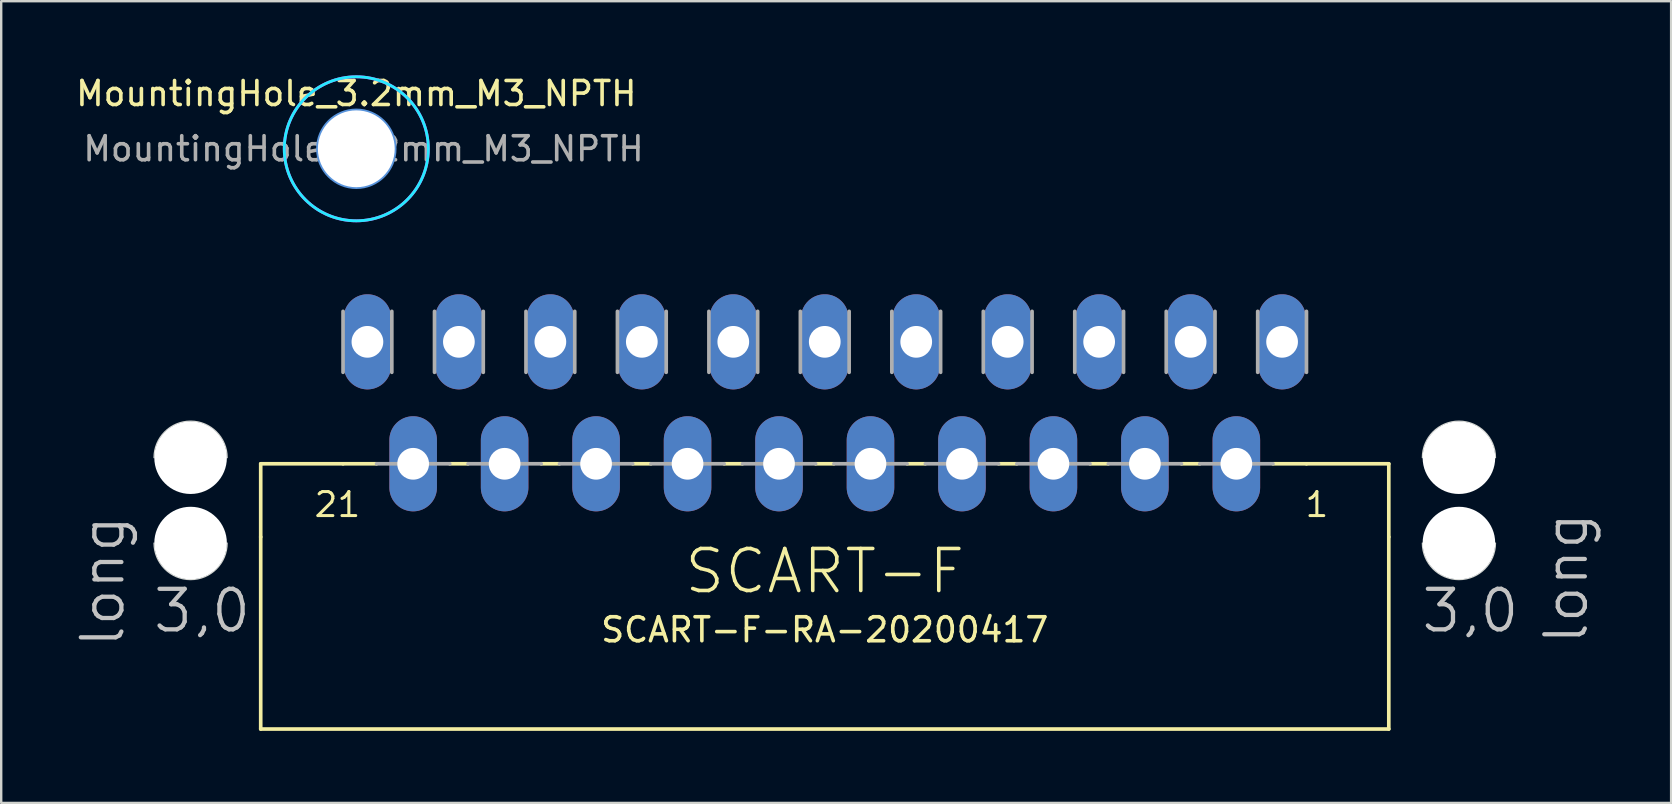
<source format=kicad_pcb>
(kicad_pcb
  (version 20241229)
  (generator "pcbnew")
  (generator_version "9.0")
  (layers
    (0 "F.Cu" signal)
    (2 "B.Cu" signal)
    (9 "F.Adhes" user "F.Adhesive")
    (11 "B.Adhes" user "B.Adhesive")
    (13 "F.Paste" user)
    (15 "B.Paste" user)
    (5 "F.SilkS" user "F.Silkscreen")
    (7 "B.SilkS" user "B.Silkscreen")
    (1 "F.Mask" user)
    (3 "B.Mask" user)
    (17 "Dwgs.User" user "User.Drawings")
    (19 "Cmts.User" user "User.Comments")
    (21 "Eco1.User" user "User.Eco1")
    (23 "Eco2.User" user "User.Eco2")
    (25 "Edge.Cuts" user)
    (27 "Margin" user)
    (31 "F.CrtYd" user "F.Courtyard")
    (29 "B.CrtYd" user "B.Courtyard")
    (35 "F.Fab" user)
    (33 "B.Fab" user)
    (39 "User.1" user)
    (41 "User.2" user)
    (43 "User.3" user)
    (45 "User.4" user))
  (footprint "MountingHole_3.2mm_M3_NPTH"
    (layer "F.Cu")
    (at 11.792 3.148)
    (property "Reference" "MountingHole_3.2mm_M3_NPTH" (at 0 -2.3 0) (layer "F.SilkS") (effects (font (size 1 1) (thickness 0.15))))
    (attr exclude_from_pos_files exclude_from_bom)
    (fp_circle (center 0 0) (end 1.6 0) (stroke (width 0.15) (type solid)) (fill no) (layer "Cmts.User"))
    (fp_circle (center 0 0) (end 3 0) (stroke (width 0.12) (type solid)) (fill no) (layer "B.CrtYd"))
    (fp_circle (center 0 0) (end 1.6 0) (stroke (width 0.05) (type solid)) (fill no) (layer "F.CrtYd"))
    (fp_circle (center 0 0) (end 3 0) (stroke (width 0.12) (type solid)) (fill no) (layer "F.CrtYd"))
    (fp_text user "${REFERENCE}" (at 0.3 0 0) (layer "F.Fab") (effects (font (size 1 1) (thickness 0.15))))
    (pad "" np_thru_hole circle (at 0 0) (size 3.2 3.2) (drill 3.2) (layers "*.Cu" "*.Mask")))
  (footprint "SCART-F-RA-20200417"
    (layer "F.Cu")
    (at 31.305 16.269)
    (property "Reference" "SCART-F-RA-20200417" (at 0 7.5 0) (layer "F.SilkS") (effects (font (size 1 1) (thickness 0.15)) (justify bottom)))
    (attr through_hole)
    (fp_line (start -23.495 3.048) (end -23.495 0) (stroke (width 0.152) (type solid)) (layer "F.SilkS"))
    (fp_line (start -23.495 11.049) (end -23.495 3.048) (stroke (width 0.152) (type solid)) (layer "F.SilkS"))
    (fp_line (start -23.495 11.049) (end 23.495 11.049) (stroke (width 0.152) (type solid)) (layer "F.SilkS"))
    (fp_line (start -20.066 0) (end -23.495 0) (stroke (width 0.152) (type solid)) (layer "F.SilkS"))
    (fp_line (start -18.669 0) (end -20.066 0) (stroke (width 0.152) (type solid)) (layer "F.SilkS"))
    (fp_line (start -14.859 0) (end -15.621 0) (stroke (width 0.152) (type solid)) (layer "F.SilkS"))
    (fp_line (start -11.049 0) (end -11.811 0) (stroke (width 0.152) (type solid)) (layer "F.SilkS"))
    (fp_line (start -7.239 0) (end -8.001 0) (stroke (width 0.152) (type solid)) (layer "F.SilkS"))
    (fp_line (start -3.429 0) (end -4.191 0) (stroke (width 0.152) (type solid)) (layer "F.SilkS"))
    (fp_line (start 0.381 0) (end -0.381 0) (stroke (width 0.152) (type solid)) (layer "F.SilkS"))
    (fp_line (start 4.191 0) (end 3.429 0) (stroke (width 0.152) (type solid)) (layer "F.SilkS"))
    (fp_line (start 8.001 0) (end 7.239 0) (stroke (width 0.152) (type solid)) (layer "F.SilkS"))
    (fp_line (start 11.811 0) (end 11.049 0) (stroke (width 0.152) (type solid)) (layer "F.SilkS"))
    (fp_line (start 15.621 0) (end 14.859 0) (stroke (width 0.152) (type solid)) (layer "F.SilkS"))
    (fp_line (start 20.066 0) (end 18.669 0) (stroke (width 0.152) (type solid)) (layer "F.SilkS"))
    (fp_line (start 23.495 0) (end 20.066 0) (stroke (width 0.152) (type solid)) (layer "F.SilkS"))
    (fp_line (start 23.495 3.048) (end 23.495 0) (stroke (width 0.152) (type solid)) (layer "F.SilkS"))
    (fp_line (start 23.495 11.049) (end 23.495 3.048) (stroke (width 0.152) (type solid)) (layer "F.SilkS"))
    (fp_line (start -27.94 3.302) (end -27.94 -0.254) (stroke (width 0.002) (type solid)) (layer "Edge.Cuts"))
    (fp_line (start -24.892 -0.254) (end -24.892 3.302) (stroke (width 0.002) (type solid)) (layer "Edge.Cuts"))
    (fp_line (start 24.892 3.302) (end 24.892 -0.254) (stroke (width 0.002) (type solid)) (layer "Edge.Cuts"))
    (fp_line (start 27.94 -0.254) (end 27.94 3.302) (stroke (width 0.002) (type solid)) (layer "Edge.Cuts"))
    (fp_arc (start -27.94 -0.254) (mid -26.415999 -1.777999) (end -24.892 -0.253998) (stroke (width 0.05) (type solid)) (layer "Edge.Cuts"))
    (fp_arc (start -24.892 3.302) (mid -26.416 4.826) (end -27.94 3.302) (stroke (width 0.05) (type solid)) (layer "Edge.Cuts"))
    (fp_arc (start 24.892 -0.254) (mid 26.416001 -1.777999) (end 27.94 -0.253998) (stroke (width 0.05) (type solid)) (layer "Edge.Cuts"))
    (fp_arc (start 27.94 3.302) (mid 26.416 4.826) (end 24.892 3.302) (stroke (width 0.05) (type solid)) (layer "Edge.Cuts"))
    (fp_line (start -20.066 -6.35) (end -20.066 -3.81) (stroke (width 0.152) (type solid)) (layer "F.Fab"))
    (fp_line (start -18.669 0) (end -15.621 0) (stroke (width 0.152) (type solid)) (layer "F.Fab"))
    (fp_line (start -18.034 -3.81) (end -18.034 -6.35) (stroke (width 0.152) (type solid)) (layer "F.Fab"))
    (fp_line (start -16.256 -6.35) (end -16.256 -3.81) (stroke (width 0.152) (type solid)) (layer "F.Fab"))
    (fp_line (start -14.859 0) (end -11.811 0) (stroke (width 0.152) (type solid)) (layer "F.Fab"))
    (fp_line (start -14.224 -3.81) (end -14.224 -6.35) (stroke (width 0.152) (type solid)) (layer "F.Fab"))
    (fp_line (start -12.446 -6.35) (end -12.446 -3.81) (stroke (width 0.152) (type solid)) (layer "F.Fab"))
    (fp_line (start -11.049 0) (end -8.001 0) (stroke (width 0.152) (type solid)) (layer "F.Fab"))
    (fp_line (start -10.414 -3.81) (end -10.414 -6.35) (stroke (width 0.152) (type solid)) (layer "F.Fab"))
    (fp_line (start -8.636 -6.35) (end -8.636 -3.81) (stroke (width 0.152) (type solid)) (layer "F.Fab"))
    (fp_line (start -7.239 0) (end -4.191 0) (stroke (width 0.152) (type solid)) (layer "F.Fab"))
    (fp_line (start -6.604 -3.81) (end -6.604 -6.35) (stroke (width 0.152) (type solid)) (layer "F.Fab"))
    (fp_line (start -4.826 -6.35) (end -4.826 -3.81) (stroke (width 0.152) (type solid)) (layer "F.Fab"))
    (fp_line (start -3.429 0) (end -0.381 0) (stroke (width 0.152) (type solid)) (layer "F.Fab"))
    (fp_line (start -2.794 -3.81) (end -2.794 -6.35) (stroke (width 0.152) (type solid)) (layer "F.Fab"))
    (fp_line (start -1.016 -6.35) (end -1.016 -3.81) (stroke (width 0.152) (type solid)) (layer "F.Fab"))
    (fp_line (start 0.381 0) (end 3.429 0) (stroke (width 0.152) (type solid)) (layer "F.Fab"))
    (fp_line (start 1.016 -3.81) (end 1.016 -6.35) (stroke (width 0.152) (type solid)) (layer "F.Fab"))
    (fp_line (start 2.794 -6.35) (end 2.794 -3.81) (stroke (width 0.152) (type solid)) (layer "F.Fab"))
    (fp_line (start 4.191 0) (end 7.239 0) (stroke (width 0.152) (type solid)) (layer "F.Fab"))
    (fp_line (start 4.826 -3.81) (end 4.826 -6.35) (stroke (width 0.152) (type solid)) (layer "F.Fab"))
    (fp_line (start 6.604 -6.35) (end 6.604 -3.81) (stroke (width 0.152) (type solid)) (layer "F.Fab"))
    (fp_line (start 8.001 0) (end 11.049 0) (stroke (width 0.152) (type solid)) (layer "F.Fab"))
    (fp_line (start 8.636 -3.81) (end 8.636 -6.35) (stroke (width 0.152) (type solid)) (layer "F.Fab"))
    (fp_line (start 10.414 -6.35) (end 10.414 -3.81) (stroke (width 0.152) (type solid)) (layer "F.Fab"))
    (fp_line (start 11.811 0) (end 14.859 0) (stroke (width 0.152) (type solid)) (layer "F.Fab"))
    (fp_line (start 12.446 -3.81) (end 12.446 -6.35) (stroke (width 0.152) (type solid)) (layer "F.Fab"))
    (fp_line (start 14.224 -6.35) (end 14.224 -3.81) (stroke (width 0.152) (type solid)) (layer "F.Fab"))
    (fp_line (start 15.621 0) (end 18.669 0) (stroke (width 0.152) (type solid)) (layer "F.Fab"))
    (fp_line (start 16.256 -3.81) (end 16.256 -6.35) (stroke (width 0.152) (type solid)) (layer "F.Fab"))
    (fp_line (start 18.034 -6.35) (end 18.034 -3.81) (stroke (width 0.152) (type solid)) (layer "F.Fab"))
    (fp_line (start 20.066 -3.81) (end 20.066 -6.35) (stroke (width 0.152) (type solid)) (layer "F.Fab"))
    (fp_text user "SCART-F" (at 0 5.5 0) (layer "F.SilkS") (effects (font (size 1.75 1.75) (thickness 0.15)) (justify bottom)))
    (fp_text user "1" (at 19.939 2.286 0) (layer "F.SilkS") (effects (font (size 1 1) (thickness 0.127)) (justify left bottom)))
    (fp_text user "21" (at -21.336 2.286 0) (layer "F.SilkS") (effects (font (size 1 1) (thickness 0.127)) (justify left bottom)))
    (fp_text user "3,0 " (at -28.067 7.112 0) (layer "Dwgs.User") (effects (font (size 1.689 1.689) (thickness 0.178)) (justify left bottom)))
    (fp_text user "long" (at 31.877 7.62 90) (layer "Dwgs.User") (effects (font (size 1.689 1.689) (thickness 0.178)) (justify left bottom)))
    (fp_text user "long " (at -29.083 7.747 90) (layer "Dwgs.User") (effects (font (size 1.689 1.689) (thickness 0.178)) (justify left bottom)))
    (fp_text user "3,0" (at 24.765 7.112 0) (layer "Dwgs.User") (effects (font (size 1.689 1.689) (thickness 0.178)) (justify left bottom)))
    (pad "" np_thru_hole circle (at -26.416 -0.254) (size 3.023 3.023) (drill 3.023) (layers "*.Cu" "*.Mask"))
    (pad "" np_thru_hole circle (at -26.416 3.302) (size 3.023 3.023) (drill 3.023) (layers "*.Cu" "*.Mask"))
    (pad "" np_thru_hole circle (at 26.416 -0.254) (size 3.023 3.023) (drill 3.023) (layers "*.Cu" "*.Mask"))
    (pad "" np_thru_hole circle (at 26.416 3.302) (size 3.023 3.023) (drill 3.023) (layers "*.Cu" "*.Mask"))
    (pad "1" thru_hole oval (at 19.05 -5.08 90) (size 3.962 1.981) (drill 1.321) (layers "*.Cu" "*.Mask"))
    (pad "2" thru_hole oval (at 17.145 0 90) (size 3.962 1.981) (drill 1.321) (layers "*.Cu" "*.Mask"))
    (pad "3" thru_hole oval (at 15.24 -5.08 90) (size 3.962 1.981) (drill 1.321) (layers "*.Cu" "*.Mask"))
    (pad "4" thru_hole oval (at 13.335 0 90) (size 3.962 1.981) (drill 1.321) (layers "*.Cu" "*.Mask"))
    (pad "5" thru_hole oval (at 11.43 -5.08 90) (size 3.962 1.981) (drill 1.321) (layers "*.Cu" "*.Mask"))
    (pad "6" thru_hole oval (at 9.525 0 90) (size 3.962 1.981) (drill 1.321) (layers "*.Cu" "*.Mask"))
    (pad "7" thru_hole oval (at 7.62 -5.08 90) (size 3.962 1.981) (drill 1.321) (layers "*.Cu" "*.Mask"))
    (pad "8" thru_hole oval (at 5.715 0 90) (size 3.962 1.981) (drill 1.321) (layers "*.Cu" "*.Mask"))
    (pad "9" thru_hole oval (at 3.81 -5.08 90) (size 3.962 1.981) (drill 1.321) (layers "*.Cu" "*.Mask"))
    (pad "10" thru_hole oval (at 1.905 0 90) (size 3.962 1.981) (drill 1.321) (layers "*.Cu" "*.Mask"))
    (pad "11" thru_hole oval (at 0 -5.08 90) (size 3.962 1.981) (drill 1.321) (layers "*.Cu" "*.Mask"))
    (pad "12" thru_hole oval (at -1.905 0 90) (size 3.962 1.981) (drill 1.321) (layers "*.Cu" "*.Mask"))
    (pad "13" thru_hole oval (at -3.81 -5.08 90) (size 3.962 1.981) (drill 1.321) (layers "*.Cu" "*.Mask"))
    (pad "14" thru_hole oval (at -5.715 0 90) (size 3.962 1.981) (drill 1.321) (layers "*.Cu" "*.Mask"))
    (pad "15" thru_hole oval (at -7.62 -5.08 90) (size 3.962 1.981) (drill 1.321) (layers "*.Cu" "*.Mask"))
    (pad "16" thru_hole oval (at -9.525 0 90) (size 3.962 1.981) (drill 1.321) (layers "*.Cu" "*.Mask"))
    (pad "17" thru_hole oval (at -11.43 -5.08 90) (size 3.962 1.981) (drill 1.321) (layers "*.Cu" "*.Mask"))
    (pad "18" thru_hole oval (at -13.335 0 90) (size 3.962 1.981) (drill 1.321) (layers "*.Cu" "*.Mask"))
    (pad "19" thru_hole oval (at -15.24 -5.08 90) (size 3.962 1.981) (drill 1.321) (layers "*.Cu" "*.Mask"))
    (pad "20" thru_hole oval (at -17.145 0 90) (size 3.962 1.981) (drill 1.321) (layers "*.Cu" "*.Mask"))
    (pad "21" thru_hole oval (at -19.05 -5.08 90) (size 3.962 1.981) (drill 1.321) (layers "*.Cu" "*.Mask")))
  (gr_rect
    (start -3 -3)
    (end 66.56 30.395)
    (stroke (width 0.1) (type default))
    (fill no)
    (layer "Edge.Cuts")))
</source>
